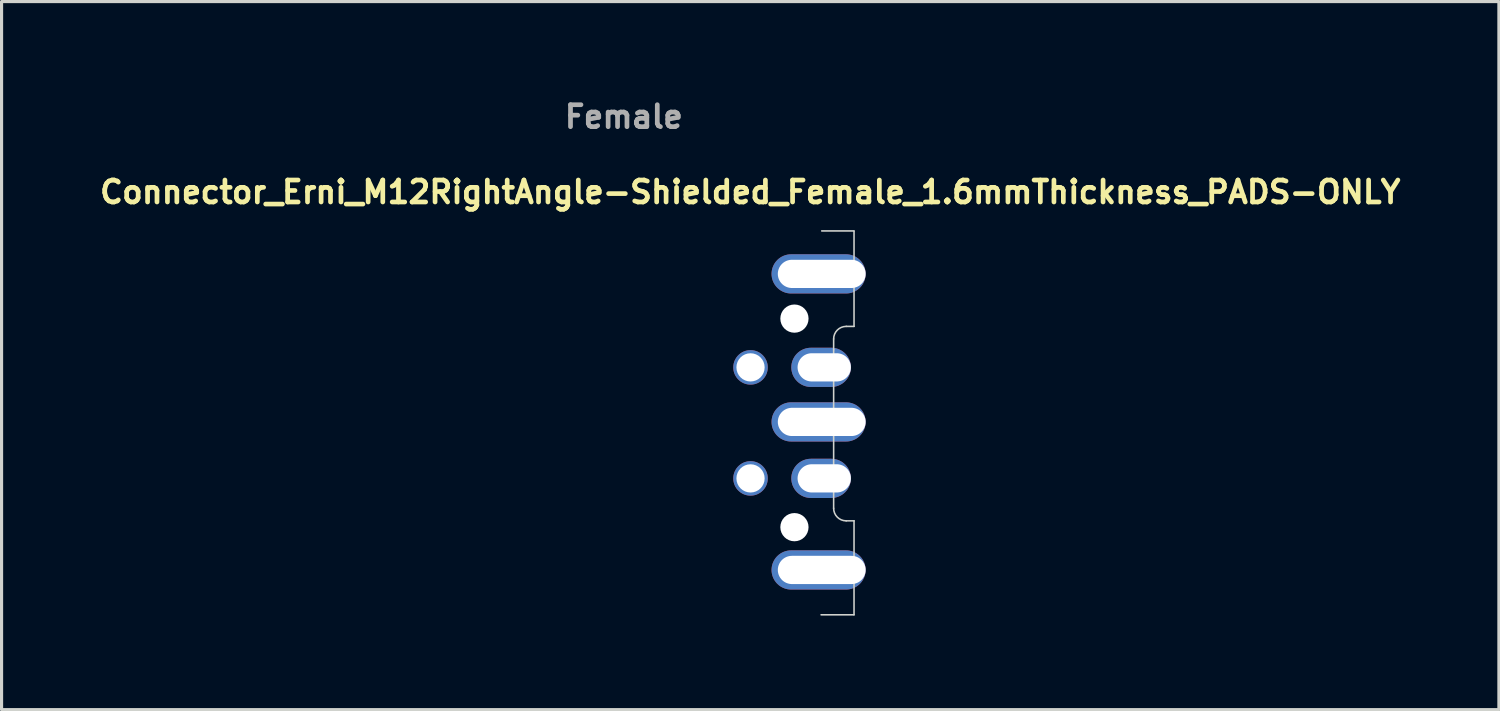
<source format=kicad_pcb>
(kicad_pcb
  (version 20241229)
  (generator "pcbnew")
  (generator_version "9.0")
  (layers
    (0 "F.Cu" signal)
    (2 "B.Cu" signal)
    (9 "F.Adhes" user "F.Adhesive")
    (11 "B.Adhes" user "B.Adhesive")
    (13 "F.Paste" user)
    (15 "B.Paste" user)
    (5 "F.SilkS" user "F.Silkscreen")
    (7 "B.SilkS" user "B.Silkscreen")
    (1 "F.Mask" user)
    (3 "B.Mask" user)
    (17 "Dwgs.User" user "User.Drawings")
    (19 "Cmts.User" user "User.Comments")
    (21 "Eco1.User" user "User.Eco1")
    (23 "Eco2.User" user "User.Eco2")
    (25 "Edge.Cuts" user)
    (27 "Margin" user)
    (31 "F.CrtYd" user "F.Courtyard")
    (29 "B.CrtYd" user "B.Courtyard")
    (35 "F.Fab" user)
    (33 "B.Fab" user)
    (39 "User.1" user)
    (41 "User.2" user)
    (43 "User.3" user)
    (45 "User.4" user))
  (footprint "Connector_Erni_M12RightAngle-Shielded_Female_1.6mmThickness_PADS-ONLY"
    (layer "F.Cu")
    (at 23.531 10.403)
    (property "Reference" "Connector_Erni_M12RightAngle-Shielded_Female_1.6mmThickness_PADS-ONLY" (at -2.659 -7.329 0) (layer "F.SilkS") (effects (font (size 0.7 0.7) (thickness 0.15))))
    (attr through_hole)
    (fp_line (start 0.64 -4.02) (end 0.62 -4.02) (stroke (width 0.01) (type solid)) (layer "F.Paste"))
    (fp_poly (pts (xy -2.77 -2.35) (xy -3.02 -1.77) (xy -2.77 -1.15) (xy -3.297 -1.15) (xy -3.3 -2.35)) (stroke (width 0.001) (type solid)) (fill yes) (layer "F.Paste"))
    (fp_poly (pts (xy -2.74 1.2) (xy -2.98 1.8) (xy -2.74 2.4) (xy -3.31 2.4) (xy -3.31 1.2)) (stroke (width 0.001) (type solid)) (fill yes) (layer "F.Paste"))
    (fp_poly (pts (xy -2.54 2.4) (xy -2.3 1.8) (xy -2.54 1.2) (xy -1.97 1.2) (xy -1.97 2.4)) (stroke (width 0.001) (type solid)) (fill yes) (layer "F.Paste"))
    (fp_poly (pts (xy -2.53 -1.15) (xy -2.29 -1.75) (xy -2.53 -2.35) (xy -1.96 -2.35) (xy -1.96 -1.15)) (stroke (width 0.001) (type solid)) (fill yes) (layer "F.Paste"))
    (fp_poly (pts (xy -2.16 -5.68) (xy -2.16 -4.02) (xy 0.62 -4.02) (xy 0.07 -4.85) (xy 0.62 -5.68)) (stroke (width 0.001) (type solid)) (fill yes) (layer "F.Paste"))
    (fp_poly (pts (xy -2.15 4.04) (xy -2.15 5.7) (xy 0.63 5.7) (xy 0.1 4.87) (xy 0.63 4.04)) (stroke (width 0.001) (type solid)) (fill yes) (layer "F.Paste"))
    (fp_poly (pts (xy -0.24 -0.71) (xy -0.82 -0.02) (xy -0.24 0.67) (xy -2.06 0.67) (xy -2.058 -0.71)) (stroke (width 0.001) (type solid)) (fill yes) (layer "F.Paste"))
    (fp_poly (pts (xy -0.04 -2.41) (xy -0.76 -1.77) (xy -0.04 -1.07) (xy -1.47 -1.07) (xy -1.47 -2.41)) (stroke (width 0.001) (type solid)) (fill yes) (layer "F.Paste"))
    (fp_poly (pts (xy -0.03 1.11) (xy -0.77 1.8) (xy -0.03 2.47) (xy -1.47 2.47) (xy -1.47 1.11)) (stroke (width 0.001) (type solid)) (fill yes) (layer "F.Paste"))
    (fp_line (start -0.4 6.15) (end 0.65 6.15) (stroke (width 0.05) (type solid)) (layer "Edge.Cuts"))
    (fp_line (start 0 -2.645) (end 0 -2.3) (stroke (width 0.05) (type solid)) (layer "Edge.Cuts"))
    (fp_line (start 0 -2.3) (end 0 2.754) (stroke (width 0.05) (type solid)) (layer "Edge.Cuts"))
    (fp_line (start 0.401 3.154) (end 0.65 3.154) (stroke (width 0.05) (type solid)) (layer "Edge.Cuts"))
    (fp_line (start 0.65 -6.08) (end 0.65 -3.046) (stroke (width 0.05) (type solid)) (layer "Edge.Cuts"))
    (fp_line (start 0.65 -3.046) (end 0.401 -3.046) (stroke (width 0.05) (type solid)) (layer "Edge.Cuts"))
    (fp_line (start 0.65 3.154) (end 0.65 6.15) (stroke (width 0.05) (type solid)) (layer "Edge.Cuts"))
    (fp_line (start 0.65 -6.09) (end -0.38 -6.09) (stroke (width 0.05) (type solid)) (layer "Edge.Cuts"))
    (fp_arc (start 0 -2.6452) (mid 0.117335 -2.928428) (end 0.400589 -3.0457) (stroke (width 0.05) (type solid)) (layer "Edge.Cuts"))
    (fp_arc (start 0.4006 3.1543) (mid 0.117333 3.036967) (end 0 2.7537) (stroke (width 0.05) (type solid)) (layer "Edge.Cuts"))
    (fp_text user "Female" (at -6.69 -9.73 0) (layer "F.Fab") (effects (font (size 0.7 0.7) (thickness 0.15))))
    (pad "" np_thru_hole circle (at -1.25 -3.294) (size 0.9 0.9) (drill 0.9) (layers "*.Cu" "*.Mask"))
    (pad "" np_thru_hole circle (at -1.25 3.356) (size 0.9 0.9) (drill 0.9) (layers "*.Cu" "*.Mask"))
    (pad "1" thru_hole oval (at -0.3 1.8) (size 1.9 1.25) (drill oval 1.7 0.9 (offset -0.1 0)) (layers "*.Cu" "*.Mask"))
    (pad "2" thru_hole oval (at -0.3 -1.74) (size 1.9 1.25) (drill oval 1.7 0.9 (offset -0.1 0)) (layers "*.Cu" "*.Mask"))
    (pad "3" thru_hole circle (at -2.65 -1.739) (size 1.1 1.1) (drill 0.9) (layers "*.Cu" "*.Mask"))
    (pad "4" thru_hole circle (at -2.65 1.801) (size 1.1 1.1) (drill 0.9) (layers "*.Cu" "*.Mask"))
    (pad "5" thru_hole oval (at -0.38 -4.72) (size 3 1.25) (drill oval 2.8 0.9 (offset -0.1 0)) (layers "*.Cu" "*.Mask"))
    (pad "5" thru_hole oval (at -0.38 0) (size 3 1.25) (drill oval 2.8 0.9 (offset -0.1 0)) (layers "*.Cu" "*.Mask"))
    (pad "5" thru_hole oval (at -0.38 4.72) (size 3 1.25) (drill oval 2.8 0.9 (offset -0.1 0)) (layers "*.Cu" "*.Mask")))
  (gr_rect
    (start -3 -3)
    (end 44.743 19.578)
    (stroke (width 0.1) (type default))
    (fill no)
    (layer "Edge.Cuts")))
</source>
